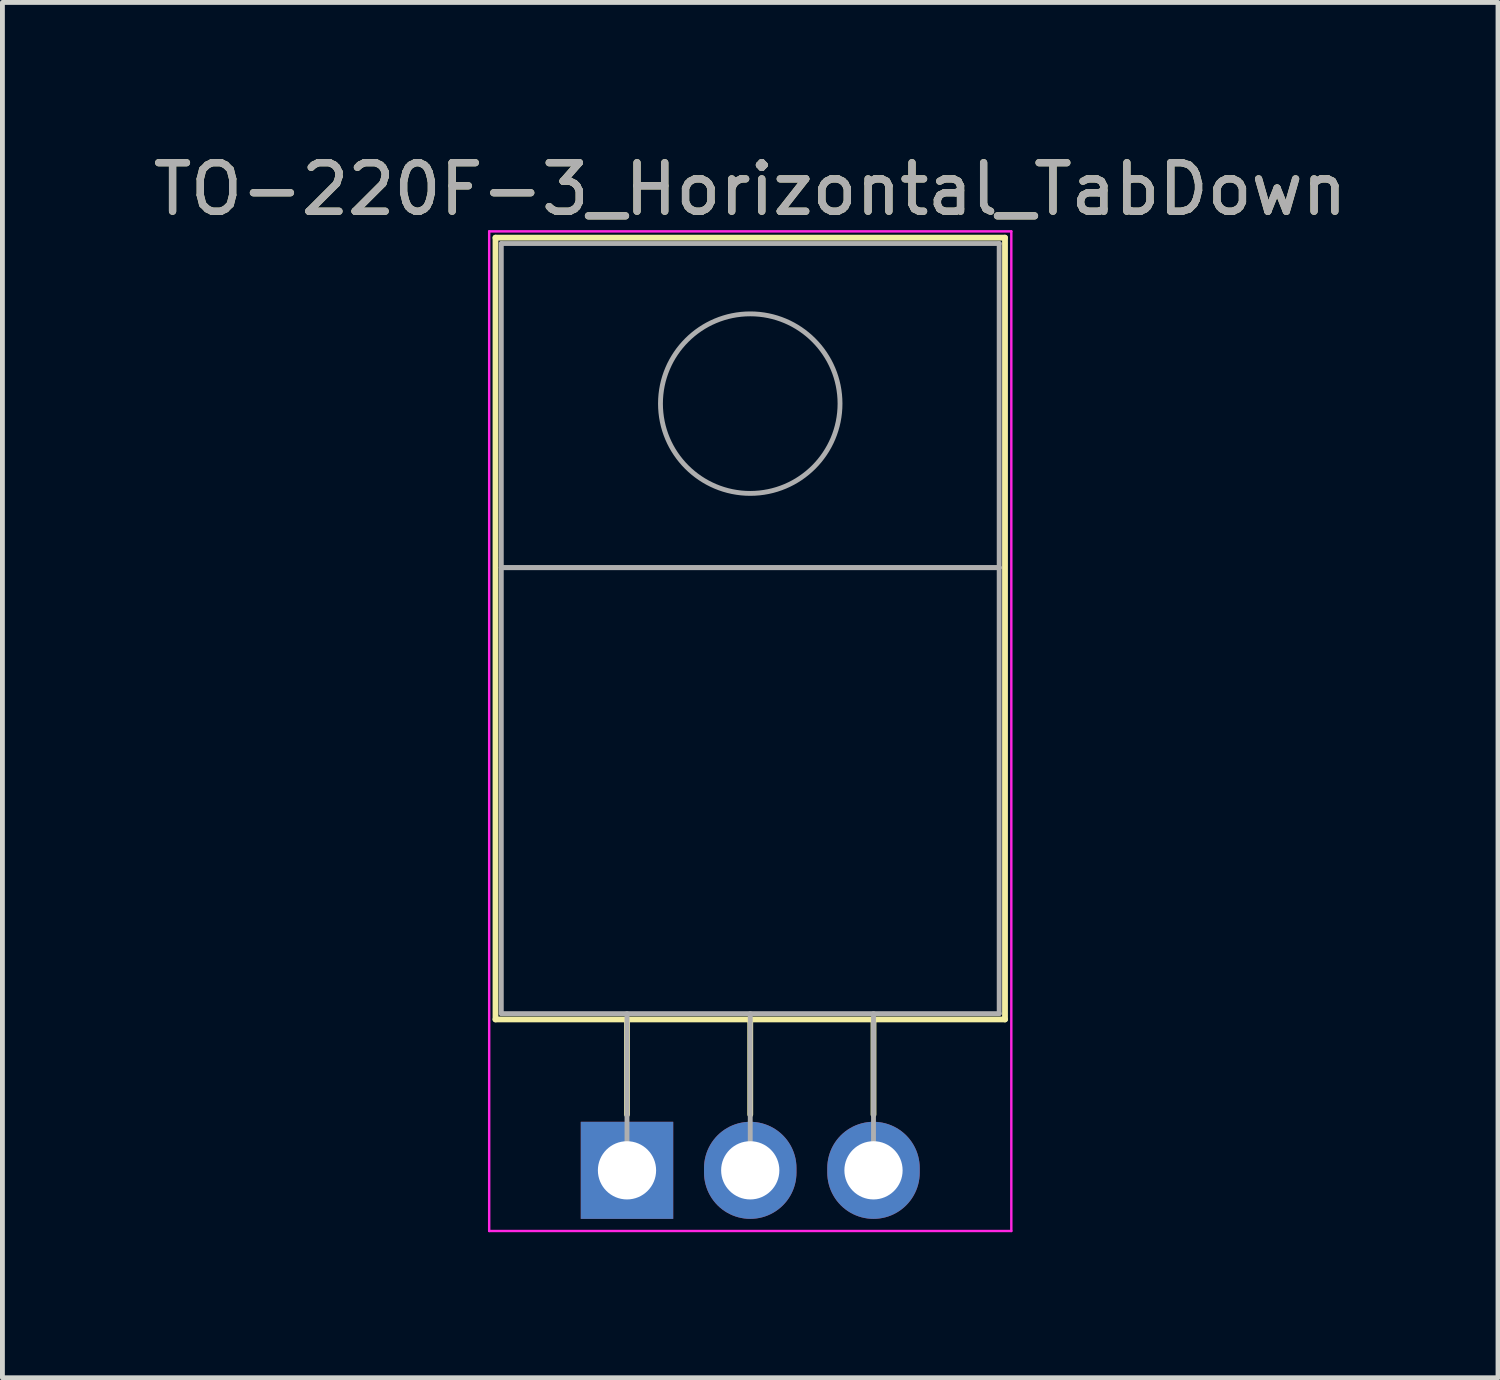
<source format=kicad_pcb>
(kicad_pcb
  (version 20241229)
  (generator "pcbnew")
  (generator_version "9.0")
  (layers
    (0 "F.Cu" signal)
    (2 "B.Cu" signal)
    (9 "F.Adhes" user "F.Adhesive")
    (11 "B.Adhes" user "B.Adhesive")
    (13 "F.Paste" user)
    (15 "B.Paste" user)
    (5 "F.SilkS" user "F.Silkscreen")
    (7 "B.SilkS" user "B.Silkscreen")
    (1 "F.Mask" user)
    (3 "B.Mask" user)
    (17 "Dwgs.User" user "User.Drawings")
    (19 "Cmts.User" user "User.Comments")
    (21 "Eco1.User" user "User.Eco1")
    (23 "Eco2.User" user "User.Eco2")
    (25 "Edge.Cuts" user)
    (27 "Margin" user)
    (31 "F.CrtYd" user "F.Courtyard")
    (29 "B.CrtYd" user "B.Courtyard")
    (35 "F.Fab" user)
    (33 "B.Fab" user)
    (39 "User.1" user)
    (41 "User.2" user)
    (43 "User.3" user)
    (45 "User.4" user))
  (footprint "TO-220F-3_Horizontal_TabDown"
    (layer "F.Cu")
    (at 9.871 21.068)
    (property "Reference" "TO-220F-3_Horizontal_TabDown" (at 2.54 -20.22 0) (layer "F.SilkS") (effects (font (size 1 1) (thickness 0.15))))
    (attr through_hole)
    (fp_line (start -2.71 -19.22) (end -2.71 -3.11) (stroke (width 0.12) (type solid)) (layer "F.SilkS"))
    (fp_line (start -2.71 -19.22) (end 7.79 -19.22) (stroke (width 0.12) (type solid)) (layer "F.SilkS"))
    (fp_line (start -2.71 -3.11) (end 7.79 -3.11) (stroke (width 0.12) (type solid)) (layer "F.SilkS"))
    (fp_line (start 0 -3.11) (end 0 -1.15) (stroke (width 0.12) (type solid)) (layer "F.SilkS"))
    (fp_line (start 2.54 -3.11) (end 2.54 -1.15) (stroke (width 0.12) (type solid)) (layer "F.SilkS"))
    (fp_line (start 5.08 -3.11) (end 5.08 -1.15) (stroke (width 0.12) (type solid)) (layer "F.SilkS"))
    (fp_line (start 7.79 -19.22) (end 7.79 -3.11) (stroke (width 0.12) (type solid)) (layer "F.SilkS"))
    (fp_line (start -2.84 -19.35) (end -2.84 1.25) (stroke (width 0.05) (type solid)) (layer "F.CrtYd"))
    (fp_line (start -2.84 1.25) (end 7.92 1.25) (stroke (width 0.05) (type solid)) (layer "F.CrtYd"))
    (fp_line (start 7.92 -19.35) (end -2.84 -19.35) (stroke (width 0.05) (type solid)) (layer "F.CrtYd"))
    (fp_line (start 7.92 1.25) (end 7.92 -19.35) (stroke (width 0.05) (type solid)) (layer "F.CrtYd"))
    (fp_line (start -2.59 -19.1) (end 7.67 -19.1) (stroke (width 0.1) (type solid)) (layer "F.Fab"))
    (fp_line (start -2.59 -12.42) (end -2.59 -19.1) (stroke (width 0.1) (type solid)) (layer "F.Fab"))
    (fp_line (start -2.59 -12.42) (end 7.67 -12.42) (stroke (width 0.1) (type solid)) (layer "F.Fab"))
    (fp_line (start -2.59 -3.23) (end -2.59 -12.42) (stroke (width 0.1) (type solid)) (layer "F.Fab"))
    (fp_line (start 0 -3.23) (end 0 0) (stroke (width 0.1) (type solid)) (layer "F.Fab"))
    (fp_line (start 2.54 -3.23) (end 2.54 0) (stroke (width 0.1) (type solid)) (layer "F.Fab"))
    (fp_line (start 5.08 -3.23) (end 5.08 0) (stroke (width 0.1) (type solid)) (layer "F.Fab"))
    (fp_line (start 7.67 -19.1) (end 7.67 -12.42) (stroke (width 0.1) (type solid)) (layer "F.Fab"))
    (fp_line (start 7.67 -12.42) (end -2.59 -12.42) (stroke (width 0.1) (type solid)) (layer "F.Fab"))
    (fp_line (start 7.67 -12.42) (end 7.67 -3.23) (stroke (width 0.1) (type solid)) (layer "F.Fab"))
    (fp_line (start 7.67 -3.23) (end -2.59 -3.23) (stroke (width 0.1) (type solid)) (layer "F.Fab"))
    (fp_circle (center 2.54 -15.8) (end 4.39 -15.8) (stroke (width 0.1) (type solid)) (fill no) (layer "F.Fab"))
    (fp_text user "${REFERENCE}" (at 2.54 -20.22 0) (layer "F.Fab") (effects (font (size 1 1) (thickness 0.15))))
    (pad "1" thru_hole rect (at 0 0) (size 1.905 2) (drill 1.2) (layers "*.Cu" "*.Mask"))
    (pad "2" thru_hole oval (at 2.54 0) (size 1.905 2) (drill 1.2) (layers "*.Cu" "*.Mask"))
    (pad "3" thru_hole oval (at 5.08 0) (size 1.905 2) (drill 1.2) (layers "*.Cu" "*.Mask")))
  (gr_rect
    (start -3 -3)
    (end 27.821 25.343)
    (stroke (width 0.1) (type default))
    (fill no)
    (layer "Edge.Cuts")))
</source>
